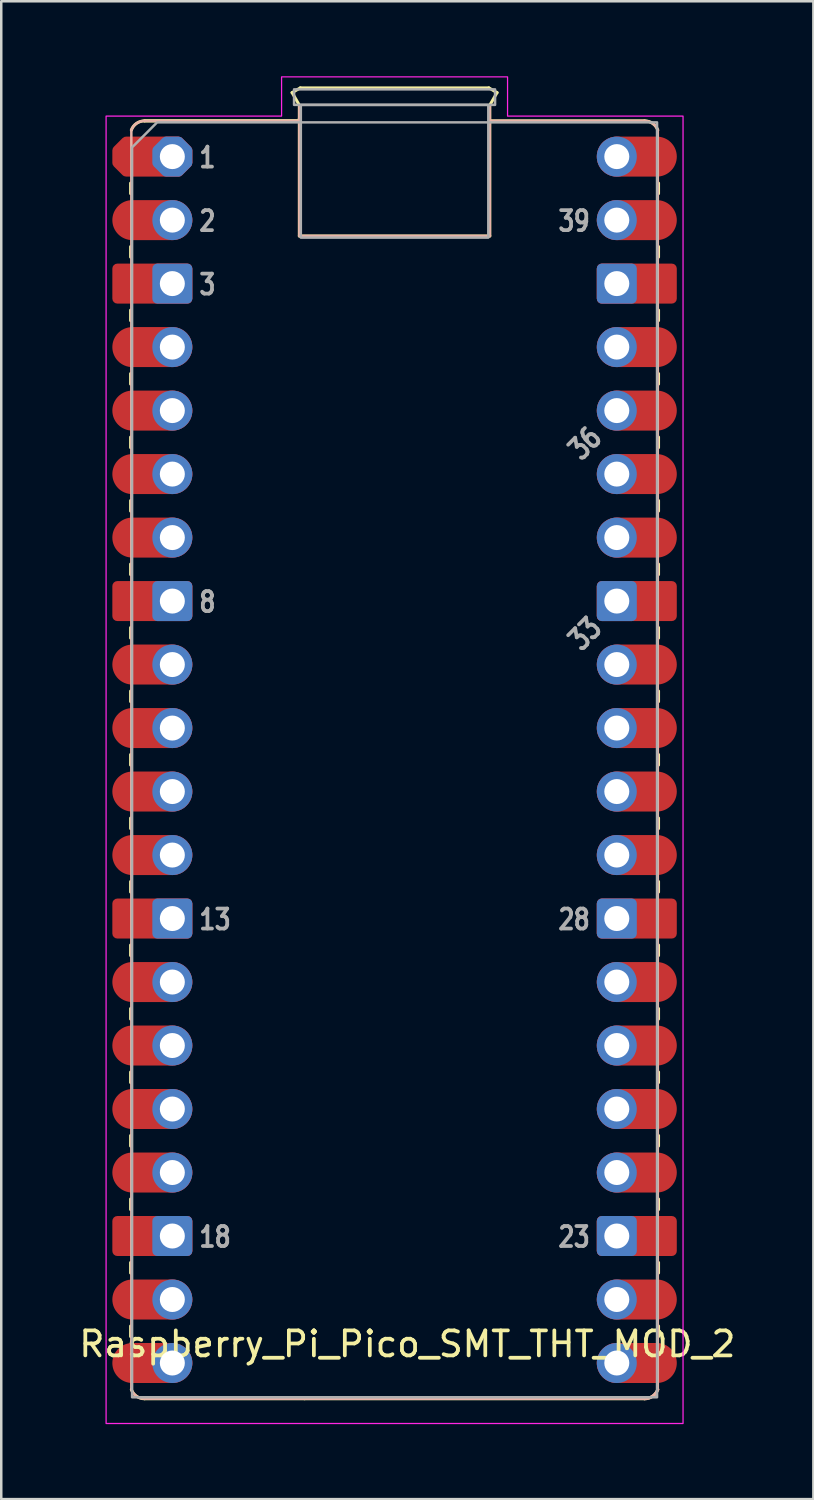
<source format=kicad_pcb>
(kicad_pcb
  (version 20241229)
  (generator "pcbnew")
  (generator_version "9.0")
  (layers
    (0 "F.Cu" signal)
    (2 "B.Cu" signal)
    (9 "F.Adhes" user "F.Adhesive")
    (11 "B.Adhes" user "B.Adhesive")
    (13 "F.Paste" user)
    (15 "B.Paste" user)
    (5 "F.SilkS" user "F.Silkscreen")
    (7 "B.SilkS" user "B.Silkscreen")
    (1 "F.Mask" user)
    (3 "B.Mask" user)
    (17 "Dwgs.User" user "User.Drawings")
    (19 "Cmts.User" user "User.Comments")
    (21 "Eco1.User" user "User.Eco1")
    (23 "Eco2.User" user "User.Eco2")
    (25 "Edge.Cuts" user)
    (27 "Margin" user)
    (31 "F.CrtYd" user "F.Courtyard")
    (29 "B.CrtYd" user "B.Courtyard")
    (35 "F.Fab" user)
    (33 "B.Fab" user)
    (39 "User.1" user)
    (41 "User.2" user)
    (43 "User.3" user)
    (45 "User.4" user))
  (footprint "Raspberry_Pi_Pico_SMT_THT_MOD_2"
    (layer "F.Cu")
    (at 3.844 3.215)
    (property "Reference" "Raspberry_Pi_Pico_SMT_THT_MOD_2" (at 9.4 47.5 0) (layer "F.SilkS") (effects (font (size 1 1) (thickness 0.15))))
    (attr through_hole)
    (fp_line (start -1.67 1.06) (end -1.67 1.48) (stroke (width 0.12) (type solid)) (layer "F.SilkS"))
    (fp_line (start -1.67 3.6) (end -1.67 4.02) (stroke (width 0.12) (type solid)) (layer "F.SilkS"))
    (fp_line (start -1.67 6.14) (end -1.67 6.56) (stroke (width 0.12) (type solid)) (layer "F.SilkS"))
    (fp_line (start -1.67 8.68) (end -1.67 9.1) (stroke (width 0.12) (type solid)) (layer "F.SilkS"))
    (fp_line (start -1.67 11.22) (end -1.67 11.64) (stroke (width 0.12) (type solid)) (layer "F.SilkS"))
    (fp_line (start -1.67 13.76) (end -1.67 14.18) (stroke (width 0.12) (type solid)) (layer "F.SilkS"))
    (fp_line (start -1.67 16.3) (end -1.67 16.72) (stroke (width 0.12) (type solid)) (layer "F.SilkS"))
    (fp_line (start -1.67 18.84) (end -1.67 19.26) (stroke (width 0.12) (type solid)) (layer "F.SilkS"))
    (fp_line (start -1.67 21.38) (end -1.67 21.8) (stroke (width 0.12) (type solid)) (layer "F.SilkS"))
    (fp_line (start -1.67 23.92) (end -1.67 24.34) (stroke (width 0.12) (type solid)) (layer "F.SilkS"))
    (fp_line (start -1.67 26.46) (end -1.67 26.88) (stroke (width 0.12) (type solid)) (layer "F.SilkS"))
    (fp_line (start -1.67 29) (end -1.67 29.42) (stroke (width 0.12) (type solid)) (layer "F.SilkS"))
    (fp_line (start -1.67 31.54) (end -1.67 31.96) (stroke (width 0.12) (type solid)) (layer "F.SilkS"))
    (fp_line (start -1.67 34.08) (end -1.67 34.5) (stroke (width 0.12) (type solid)) (layer "F.SilkS"))
    (fp_line (start -1.67 36.62) (end -1.67 37.04) (stroke (width 0.12) (type solid)) (layer "F.SilkS"))
    (fp_line (start -1.67 39.16) (end -1.67 39.58) (stroke (width 0.12) (type solid)) (layer "F.SilkS"))
    (fp_line (start -1.67 41.7) (end -1.67 42.12) (stroke (width 0.12) (type solid)) (layer "F.SilkS"))
    (fp_line (start -1.67 44.24) (end -1.67 44.66) (stroke (width 0.12) (type solid)) (layer "F.SilkS"))
    (fp_line (start -1.67 46.78) (end -1.67 47.2) (stroke (width 0.12) (type solid)) (layer "F.SilkS"))
    (fp_line (start -1.11 -1.43) (end 5.08 -1.43) (stroke (width 0.12) (type solid)) (layer "F.SilkS"))
    (fp_line (start -1.11 49.69) (end 5.29 49.69) (stroke (width 0.12) (type solid)) (layer "F.SilkS"))
    (fp_line (start 4.79 -2.56) (end 5.12 -2.75) (stroke (width 0.12) (type solid)) (layer "F.SilkS"))
    (fp_line (start 5.08 -2.06) (end 4.79 -2.56) (stroke (width 0.12) (type solid)) (layer "F.SilkS"))
    (fp_line (start 5.08 -1.524) (end 5.08 3.175) (stroke (width 0.12) (type solid)) (layer "F.SilkS"))
    (fp_line (start 5.08 -1.43) (end -1.11 -1.43) (stroke (width 0.12) (type solid)) (layer "F.SilkS"))
    (fp_line (start 5.08 -1.43) (end 5.08 -2.06) (stroke (width 0.12) (type solid)) (layer "F.SilkS"))
    (fp_line (start 5.08 3.175) (end 12.7 3.175) (stroke (width 0.12) (type solid)) (layer "F.SilkS"))
    (fp_line (start 5.12 -2.75) (end 12.66 -2.75) (stroke (width 0.12) (type solid)) (layer "F.SilkS"))
    (fp_line (start 5.29 49.69) (end 18.89 49.69) (stroke (width 0.12) (type solid)) (layer "F.SilkS"))
    (fp_line (start 12.66 -2.75) (end 12.99 -2.56) (stroke (width 0.12) (type solid)) (layer "F.SilkS"))
    (fp_line (start 12.7 -2.06) (end 12.7 -1.43) (stroke (width 0.12) (type solid)) (layer "F.SilkS"))
    (fp_line (start 12.7 3.175) (end 12.7 -1.43) (stroke (width 0.12) (type solid)) (layer "F.SilkS"))
    (fp_line (start 12.99 -2.56) (end 12.7 -2.06) (stroke (width 0.12) (type solid)) (layer "F.SilkS"))
    (fp_line (start 18.89 -1.43) (end 12.7 -1.43) (stroke (width 0.12) (type solid)) (layer "F.SilkS"))
    (fp_line (start 19.45 1.06) (end 19.45 1.48) (stroke (width 0.12) (type solid)) (layer "F.SilkS"))
    (fp_line (start 19.45 3.6) (end 19.45 4.02) (stroke (width 0.12) (type solid)) (layer "F.SilkS"))
    (fp_line (start 19.45 6.14) (end 19.45 6.56) (stroke (width 0.12) (type solid)) (layer "F.SilkS"))
    (fp_line (start 19.45 8.68) (end 19.45 9.1) (stroke (width 0.12) (type solid)) (layer "F.SilkS"))
    (fp_line (start 19.45 11.22) (end 19.45 11.64) (stroke (width 0.12) (type solid)) (layer "F.SilkS"))
    (fp_line (start 19.45 13.76) (end 19.45 14.18) (stroke (width 0.12) (type solid)) (layer "F.SilkS"))
    (fp_line (start 19.45 16.3) (end 19.45 16.72) (stroke (width 0.12) (type solid)) (layer "F.SilkS"))
    (fp_line (start 19.45 18.84) (end 19.45 19.26) (stroke (width 0.12) (type solid)) (layer "F.SilkS"))
    (fp_line (start 19.45 21.38) (end 19.45 21.8) (stroke (width 0.12) (type solid)) (layer "F.SilkS"))
    (fp_line (start 19.45 23.92) (end 19.45 24.34) (stroke (width 0.12) (type solid)) (layer "F.SilkS"))
    (fp_line (start 19.45 26.46) (end 19.45 26.88) (stroke (width 0.12) (type solid)) (layer "F.SilkS"))
    (fp_line (start 19.45 29) (end 19.45 29.42) (stroke (width 0.12) (type solid)) (layer "F.SilkS"))
    (fp_line (start 19.45 31.54) (end 19.45 31.96) (stroke (width 0.12) (type solid)) (layer "F.SilkS"))
    (fp_line (start 19.45 34.08) (end 19.45 34.5) (stroke (width 0.12) (type solid)) (layer "F.SilkS"))
    (fp_line (start 19.45 36.62) (end 19.45 37.04) (stroke (width 0.12) (type solid)) (layer "F.SilkS"))
    (fp_line (start 19.45 39.16) (end 19.45 39.58) (stroke (width 0.12) (type solid)) (layer "F.SilkS"))
    (fp_line (start 19.45 41.7) (end 19.45 42.12) (stroke (width 0.12) (type solid)) (layer "F.SilkS"))
    (fp_line (start 19.45 44.24) (end 19.45 44.66) (stroke (width 0.12) (type solid)) (layer "F.SilkS"))
    (fp_line (start 19.45 46.78) (end 19.45 47.2) (stroke (width 0.12) (type solid)) (layer "F.SilkS"))
    (fp_arc (start -1.64 -1.06) (mid -1.433508 -1.328808) (end -1.11 -1.43) (stroke (width 0.12) (type solid)) (layer "F.SilkS"))
    (fp_arc (start -1.11 49.69) (mid -1.433508 49.588809) (end -1.64 49.32) (stroke (width 0.12) (type solid)) (layer "F.SilkS"))
    (fp_arc (start 18.89 -1.43) (mid 19.213508 -1.328809) (end 19.42 -1.06) (stroke (width 0.12) (type solid)) (layer "F.SilkS"))
    (fp_arc (start 19.42 49.32) (mid 19.213508 49.588808) (end 18.89 49.69) (stroke (width 0.12) (type solid)) (layer "F.SilkS"))
    (fp_line (start -1.64 -1.06) (end -1.64 49.32) (stroke (width 0.1) (type default)) (layer "B.SilkS"))
    (fp_line (start -1.11 -1.43) (end 5.08 -1.43) (stroke (width 0.1) (type solid)) (layer "B.SilkS"))
    (fp_line (start -1.11 49.69) (end 5.29 49.69) (stroke (width 0.1) (type solid)) (layer "B.SilkS"))
    (fp_line (start 5.08 -1.524) (end 5.08 3.175) (stroke (width 0.1) (type solid)) (layer "B.SilkS"))
    (fp_line (start 5.08 -1.43) (end 5.08 -2.06) (stroke (width 0.1) (type solid)) (layer "B.SilkS"))
    (fp_line (start 5.08 3.175) (end 12.7 3.175) (stroke (width 0.1) (type solid)) (layer "B.SilkS"))
    (fp_line (start 5.29 49.69) (end 18.89 49.69) (stroke (width 0.1) (type solid)) (layer "B.SilkS"))
    (fp_line (start 12.7 -2.06) (end 12.7 -1.43) (stroke (width 0.1) (type solid)) (layer "B.SilkS"))
    (fp_line (start 12.7 3.175) (end 12.7 -1.43) (stroke (width 0.1) (type solid)) (layer "B.SilkS"))
    (fp_line (start 18.89 -1.43) (end 12.7 -1.43) (stroke (width 0.1) (type solid)) (layer "B.SilkS"))
    (fp_line (start 19.42 49.32) (end 19.42 -1.06) (stroke (width 0.1) (type default)) (layer "B.SilkS"))
    (fp_arc (start -1.64 -1.06) (mid -1.433508 -1.328808) (end -1.11 -1.43) (stroke (width 0.1) (type solid)) (layer "B.SilkS"))
    (fp_arc (start -1.11 49.69) (mid -1.433508 49.588809) (end -1.64 49.32) (stroke (width 0.1) (type solid)) (layer "B.SilkS"))
    (fp_arc (start 18.89 -1.43) (mid 19.213521 -1.328827) (end 19.42 -1.06) (stroke (width 0.1) (type solid)) (layer "B.SilkS"))
    (fp_arc (start 19.42 49.32) (mid 19.21349 49.588783) (end 18.89 49.69) (stroke (width 0.12) (type solid)) (layer "B.SilkS"))
    (fp_poly (pts (xy 13.41 -1.62) (xy 20.43 -1.62) (xy 20.43 50.68) (xy -2.65 50.68) (xy -2.65 -1.62) (xy 4.37 -1.62) (xy 4.37 -3.19) (xy 13.41 -3.19)) (stroke (width 0.05) (type solid)) (fill no) (layer "F.CrtYd"))
    (fp_rect (start 4.87 -2.69) (end 12.91 -2.07) (stroke (width 0.1) (type solid)) (fill no) (layer "F.Fab"))
    (fp_rect (start 5.14 -2.07) (end 12.64 3.24) (stroke (width 0.1) (type solid)) (fill no) (layer "F.Fab"))
    (fp_poly (pts (xy 19.39 49.63) (xy -1.61 49.63) (xy -1.61 -0.37) (xy -0.61 -1.37) (xy 19.39 -1.37)) (stroke (width 0.1) (type solid)) (fill no) (layer "F.Fab"))
    (fp_text user "8" (at 1 17.818 0) (unlocked yes) (layer "F.Fab") (effects (font (size 0.8 0.64) (thickness 0.15)) (justify left)))
    (fp_text user "23" (at 16.78 43.218 0) (unlocked yes) (layer "F.Fab") (effects (font (size 0.8 0.64) (thickness 0.15)) (justify right)))
    (fp_text user "2" (at 1 2.578 0) (unlocked yes) (layer "F.Fab") (effects (font (size 0.8 0.64) (thickness 0.15)) (justify left)))
    (fp_text user "33" (at 16.51 19.088 45) (unlocked yes) (layer "F.Fab") (effects (font (size 0.8 0.64) (thickness 0.15))))
    (fp_text user "18" (at 1 43.218 0) (unlocked yes) (layer "F.Fab") (effects (font (size 0.8 0.64) (thickness 0.15)) (justify left)))
    (fp_text user "39" (at 16.78 2.578 0) (unlocked yes) (layer "F.Fab") (effects (font (size 0.8 0.64) (thickness 0.15)) (justify right)))
    (fp_text user "13" (at 1 30.518 0) (unlocked yes) (layer "F.Fab") (effects (font (size 0.8 0.64) (thickness 0.15)) (justify left)))
    (fp_text user "28" (at 16.78 30.518 0) (unlocked yes) (layer "F.Fab") (effects (font (size 0.8 0.64) (thickness 0.15)) (justify right)))
    (fp_text user "3" (at 1 5.118 0) (unlocked yes) (layer "F.Fab") (effects (font (size 0.8 0.64) (thickness 0.15)) (justify left)))
    (fp_text user "1" (at 1 0.038 0) (unlocked yes) (layer "F.Fab") (effects (font (size 0.8 0.64) (thickness 0.15)) (justify left)))
    (fp_text user "36" (at 16.51 11.468 45) (unlocked yes) (layer "F.Fab") (effects (font (size 0.8 0.64) (thickness 0.15))))
    (pad "1" smd custom (at -1.6 0) (size 1.6 1.6) (layers "F.Cu" "F.Mask") (options (anchor circle)) (primitives (gr_poly (pts (xy 2.2 0.249) (xy 1.849 0.6) (xy -0.249 0.6) (xy -0.6 0.249) (xy -0.6 -0.249) (xy -0.249 -0.6) (xy 1.849 -0.6) (xy 2.2 -0.249)) (width 0.4) (fill yes))))
    (pad "1" thru_hole custom (at 0 0) (size 1.6 1.6) (drill 1) (layers "*.Cu" "*.Mask") (options (anchor circle)) (primitives (gr_poly (pts (xy 0.6 0.249) (xy 0.249 0.6) (xy -0.249 0.6) (xy -0.6 0.249) (xy -0.6 -0.249) (xy -0.249 -0.6) (xy 0.249 -0.6) (xy 0.6 -0.249)) (width 0.4) (fill yes))))
    (pad "2" smd oval (at -1.6 2.54) (size 3.2 1.6) (drill (offset 0.8 0)) (layers "F.Cu" "F.Mask"))
    (pad "2" thru_hole circle (at 0 2.54) (size 1.6 1.6) (drill 1) (layers "*.Cu" "*.Mask"))
    (pad "3" smd roundrect (at -1.6 5.08) (size 3.2 1.6) (drill (offset 0.8 0)) (layers "F.Cu" "F.Mask") (roundrect_rratio 0.125))
    (pad "3" thru_hole roundrect (at 0 5.08) (size 1.6 1.6) (drill 1) (layers "*.Cu" "*.Mask") (roundrect_rratio 0.125))
    (pad "4" smd oval (at -1.6 7.62) (size 3.2 1.6) (drill (offset 0.8 0)) (layers "F.Cu" "F.Mask"))
    (pad "4" thru_hole circle (at 0 7.62) (size 1.6 1.6) (drill 1) (layers "*.Cu" "*.Mask"))
    (pad "5" smd oval (at -1.6 10.16) (size 3.2 1.6) (drill (offset 0.8 0)) (layers "F.Cu" "F.Mask"))
    (pad "5" thru_hole circle (at 0 10.16) (size 1.6 1.6) (drill 1) (layers "*.Cu" "*.Mask"))
    (pad "6" smd oval (at -1.6 12.7) (size 3.2 1.6) (drill (offset 0.8 0)) (layers "F.Cu" "F.Mask"))
    (pad "6" thru_hole circle (at 0 12.7) (size 1.6 1.6) (drill 1) (layers "*.Cu" "*.Mask"))
    (pad "7" smd oval (at -1.6 15.24) (size 3.2 1.6) (drill (offset 0.8 0)) (layers "F.Cu" "F.Mask"))
    (pad "7" thru_hole circle (at 0 15.24) (size 1.6 1.6) (drill 1) (layers "*.Cu" "*.Mask"))
    (pad "8" smd roundrect (at -1.6 17.78) (size 3.2 1.6) (drill (offset 0.8 0)) (layers "F.Cu" "F.Mask") (roundrect_rratio 0.125))
    (pad "8" thru_hole roundrect (at 0 17.78) (size 1.6 1.6) (drill 1) (layers "*.Cu" "*.Mask") (roundrect_rratio 0.125))
    (pad "9" smd oval (at -1.6 20.32) (size 3.2 1.6) (drill (offset 0.8 0)) (layers "F.Cu" "F.Mask"))
    (pad "9" thru_hole circle (at 0 20.32) (size 1.6 1.6) (drill 1) (layers "*.Cu" "*.Mask"))
    (pad "10" smd oval (at -1.6 22.86) (size 3.2 1.6) (drill (offset 0.8 0)) (layers "F.Cu" "F.Mask"))
    (pad "10" thru_hole circle (at 0 22.86) (size 1.6 1.6) (drill 1) (layers "*.Cu" "*.Mask"))
    (pad "11" smd oval (at -1.6 25.4) (size 3.2 1.6) (drill (offset 0.8 0)) (layers "F.Cu" "F.Mask"))
    (pad "11" thru_hole circle (at 0 25.4) (size 1.6 1.6) (drill 1) (layers "*.Cu" "*.Mask"))
    (pad "12" smd oval (at -1.6 27.94) (size 3.2 1.6) (drill (offset 0.8 0)) (layers "F.Cu" "F.Mask"))
    (pad "12" thru_hole circle (at 0 27.94) (size 1.6 1.6) (drill 1) (layers "*.Cu" "*.Mask"))
    (pad "13" smd roundrect (at -1.6 30.48) (size 3.2 1.6) (drill (offset 0.8 0)) (layers "F.Cu" "F.Mask") (roundrect_rratio 0.125))
    (pad "13" thru_hole roundrect (at 0 30.48) (size 1.6 1.6) (drill 1) (layers "*.Cu" "*.Mask") (roundrect_rratio 0.125))
    (pad "14" smd oval (at -1.6 33.02) (size 3.2 1.6) (drill (offset 0.8 0)) (layers "F.Cu" "F.Mask"))
    (pad "14" thru_hole circle (at 0 33.02) (size 1.6 1.6) (drill 1) (layers "*.Cu" "*.Mask"))
    (pad "15" smd oval (at -1.6 35.56) (size 3.2 1.6) (drill (offset 0.8 0)) (layers "F.Cu" "F.Mask"))
    (pad "15" thru_hole circle (at 0 35.56) (size 1.6 1.6) (drill 1) (layers "*.Cu" "*.Mask"))
    (pad "16" smd oval (at -1.6 38.1) (size 3.2 1.6) (drill (offset 0.8 0)) (layers "F.Cu" "F.Mask"))
    (pad "16" thru_hole circle (at 0 38.1) (size 1.6 1.6) (drill 1) (layers "*.Cu" "*.Mask"))
    (pad "17" smd oval (at -1.6 40.64) (size 3.2 1.6) (drill (offset 0.8 0)) (layers "F.Cu" "F.Mask"))
    (pad "17" thru_hole circle (at 0 40.64) (size 1.6 1.6) (drill 1) (layers "*.Cu" "*.Mask"))
    (pad "18" smd roundrect (at -1.6 43.18) (size 3.2 1.6) (drill (offset 0.8 0)) (layers "F.Cu" "F.Mask") (roundrect_rratio 0.125))
    (pad "18" thru_hole roundrect (at 0 43.18) (size 1.6 1.6) (drill 1) (layers "*.Cu" "*.Mask") (roundrect_rratio 0.125))
    (pad "19" smd oval (at -1.6 45.72) (size 3.2 1.6) (drill (offset 0.8 0)) (layers "F.Cu" "F.Mask"))
    (pad "19" thru_hole circle (at 0 45.72) (size 1.6 1.6) (drill 1) (layers "*.Cu" "*.Mask"))
    (pad "20" smd oval (at -1.6 48.26) (size 3.2 1.6) (drill (offset 0.8 0)) (layers "F.Cu" "F.Mask"))
    (pad "20" thru_hole circle (at 0 48.26) (size 1.6 1.6) (drill 1) (layers "*.Cu" "*.Mask"))
    (pad "21" thru_hole circle (at 17.78 48.26) (size 1.6 1.6) (drill 1) (layers "*.Cu" "*.Mask"))
    (pad "21" smd oval (at 19.38 48.26) (size 3.2 1.6) (drill (offset -0.8 0)) (layers "F.Cu" "F.Mask"))
    (pad "22" thru_hole circle (at 17.78 45.72) (size 1.6 1.6) (drill 1) (layers "*.Cu" "*.Mask"))
    (pad "22" smd oval (at 19.38 45.72) (size 3.2 1.6) (drill (offset -0.8 0)) (layers "F.Cu" "F.Mask"))
    (pad "23" thru_hole roundrect (at 17.78 43.18) (size 1.6 1.6) (drill 1) (layers "*.Cu" "*.Mask") (roundrect_rratio 0.125))
    (pad "23" smd roundrect (at 19.38 43.18) (size 3.2 1.6) (drill (offset -0.8 0)) (layers "F.Cu" "F.Mask") (roundrect_rratio 0.125))
    (pad "24" thru_hole circle (at 17.78 40.64) (size 1.6 1.6) (drill 1) (layers "*.Cu" "*.Mask"))
    (pad "24" smd oval (at 19.38 40.64) (size 3.2 1.6) (drill (offset -0.8 0)) (layers "F.Cu" "F.Mask"))
    (pad "25" thru_hole circle (at 17.78 38.1) (size 1.6 1.6) (drill 1) (layers "*.Cu" "*.Mask"))
    (pad "25" smd oval (at 19.38 38.1) (size 3.2 1.6) (drill (offset -0.8 0)) (layers "F.Cu" "F.Mask"))
    (pad "26" thru_hole circle (at 17.78 35.56) (size 1.6 1.6) (drill 1) (layers "*.Cu" "*.Mask"))
    (pad "26" smd oval (at 19.38 35.56) (size 3.2 1.6) (drill (offset -0.8 0)) (layers "F.Cu" "F.Mask"))
    (pad "27" thru_hole circle (at 17.78 33.02) (size 1.6 1.6) (drill 1) (layers "*.Cu" "*.Mask"))
    (pad "27" smd oval (at 19.38 33.02) (size 3.2 1.6) (drill (offset -0.8 0)) (layers "F.Cu" "F.Mask"))
    (pad "28" thru_hole roundrect (at 17.78 30.48) (size 1.6 1.6) (drill 1) (layers "*.Cu" "*.Mask") (roundrect_rratio 0.125))
    (pad "28" smd roundrect (at 19.38 30.48) (size 3.2 1.6) (drill (offset -0.8 0)) (layers "F.Cu" "F.Mask") (roundrect_rratio 0.125))
    (pad "29" thru_hole circle (at 17.78 27.94) (size 1.6 1.6) (drill 1) (layers "*.Cu" "*.Mask"))
    (pad "29" smd oval (at 19.38 27.94) (size 3.2 1.6) (drill (offset -0.8 0)) (layers "F.Cu" "F.Mask"))
    (pad "30" thru_hole circle (at 17.78 25.4) (size 1.6 1.6) (drill 1) (layers "*.Cu" "*.Mask"))
    (pad "30" smd oval (at 19.38 25.4) (size 3.2 1.6) (drill (offset -0.8 0)) (layers "F.Cu" "F.Mask"))
    (pad "31" thru_hole circle (at 17.78 22.86) (size 1.6 1.6) (drill 1) (layers "*.Cu" "*.Mask"))
    (pad "31" smd oval (at 19.38 22.86) (size 3.2 1.6) (drill (offset -0.8 0)) (layers "F.Cu" "F.Mask"))
    (pad "32" thru_hole circle (at 17.78 20.32) (size 1.6 1.6) (drill 1) (layers "*.Cu" "*.Mask"))
    (pad "32" smd oval (at 19.38 20.32) (size 3.2 1.6) (drill (offset -0.8 0)) (layers "F.Cu" "F.Mask"))
    (pad "33" thru_hole roundrect (at 17.78 17.78) (size 1.6 1.6) (drill 1) (layers "*.Cu" "*.Mask") (roundrect_rratio 0.125))
    (pad "33" smd roundrect (at 19.38 17.78) (size 3.2 1.6) (drill (offset -0.8 0)) (layers "F.Cu" "F.Mask") (roundrect_rratio 0.125))
    (pad "34" thru_hole circle (at 17.78 15.24) (size 1.6 1.6) (drill 1) (layers "*.Cu" "*.Mask"))
    (pad "34" smd oval (at 19.38 15.24) (size 3.2 1.6) (drill (offset -0.8 0)) (layers "F.Cu" "F.Mask"))
    (pad "35" thru_hole circle (at 17.78 12.7) (size 1.6 1.6) (drill 1) (layers "*.Cu" "*.Mask"))
    (pad "35" smd oval (at 19.38 12.7) (size 3.2 1.6) (drill (offset -0.8 0)) (layers "F.Cu" "F.Mask"))
    (pad "36" thru_hole circle (at 17.78 10.16) (size 1.6 1.6) (drill 1) (layers "*.Cu" "*.Mask"))
    (pad "36" smd oval (at 19.38 10.16) (size 3.2 1.6) (drill (offset -0.8 0)) (layers "F.Cu" "F.Mask"))
    (pad "37" thru_hole circle (at 17.78 7.62) (size 1.6 1.6) (drill 1) (layers "*.Cu" "*.Mask"))
    (pad "37" smd oval (at 19.38 7.62) (size 3.2 1.6) (drill (offset -0.8 0)) (layers "F.Cu" "F.Mask"))
    (pad "38" thru_hole roundrect (at 17.78 5.08) (size 1.6 1.6) (drill 1) (layers "*.Cu" "*.Mask") (roundrect_rratio 0.125))
    (pad "38" smd roundrect (at 19.38 5.08) (size 3.2 1.6) (drill (offset -0.8 0)) (layers "F.Cu" "F.Mask") (roundrect_rratio 0.125))
    (pad "39" thru_hole circle (at 17.78 2.54) (size 1.6 1.6) (drill 1) (layers "*.Cu" "*.Mask"))
    (pad "39" smd oval (at 19.38 2.54) (size 3.2 1.6) (drill (offset -0.8 0)) (layers "F.Cu" "F.Mask"))
    (pad "40" thru_hole circle (at 17.78 0) (size 1.6 1.6) (drill 1) (layers "*.Cu" "*.Mask"))
    (pad "40" smd oval (at 19.38 0) (size 3.2 1.6) (drill (offset -0.8 0)) (layers "F.Cu" "F.Mask"))
    (zone (net_name "") (layer "F.Cu") (name "Test Point Keepout") (hatch full 0.508) (connect_pads) (min_thickness 0.254) (filled_areas_thickness no) (keepout (tracks not_allowed) (vias not_allowed) (pads allowed) (copperpour not_allowed) (footprints allowed)) (placement (enabled no)) (fill) (polygon (pts (xy 11.284 10.895) (xy 9.184 10.895) (xy 9.184 8.795) (xy 11.284 8.795))))
    (zone (net_name "") (layer "F.Cu") (name "Test Point Keepout") (hatch full 0.508) (connect_pads) (min_thickness 0.254) (filled_areas_thickness no) (keepout (tracks not_allowed) (vias not_allowed) (pads allowed) (copperpour not_allowed) (footprints allowed)) (placement (enabled no)) (fill) (polygon (pts (xy 11.284 13.395) (xy 9.184 13.395) (xy 9.184 11.295) (xy 11.284 11.295))))
    (zone (net_name "") (layer "F.Cu") (name "Test Point Keepout") (hatch full 0.508) (connect_pads) (min_thickness 0.254) (filled_areas_thickness no) (keepout (tracks not_allowed) (vias not_allowed) (pads allowed) (copperpour not_allowed) (footprints allowed)) (placement (enabled no)) (fill) (polygon (pts (xy 11.284 15.895) (xy 9.184 15.895) (xy 9.184 13.795) (xy 11.284 13.795))))
    (zone (net_name "") (layer "F.Cu") (name "Test Point Keepout") (hatch full 0.508) (connect_pads) (min_thickness 0.254) (filled_areas_thickness no) (keepout (tracks not_allowed) (vias not_allowed) (pads allowed) (copperpour not_allowed) (footprints allowed)) (placement (enabled no)) (fill) (polygon (pts (xy 13.784 7.395) (xy 11.684 7.395) (xy 11.684 5.295) (xy 13.784 5.295))))
    (zone (net_name "") (layer "F.Cu") (name "Test Point Keepout") (hatch full 0.508) (connect_pads) (min_thickness 0.254) (filled_areas_thickness no) (keepout (tracks not_allowed) (vias not_allowed) (pads allowed) (copperpour not_allowed) (footprints allowed)) (placement (enabled no)) (fill) (polygon (pts (xy 14.784 4.095) (xy 10.684 4.095) (xy 10.684 1.995) (xy 14.784 1.995)))))
  (gr_rect
    (start -3 -3)
    (end 29.488 56.92)
    (stroke (width 0.1) (type default))
    (fill no)
    (layer "Edge.Cuts")))
</source>
